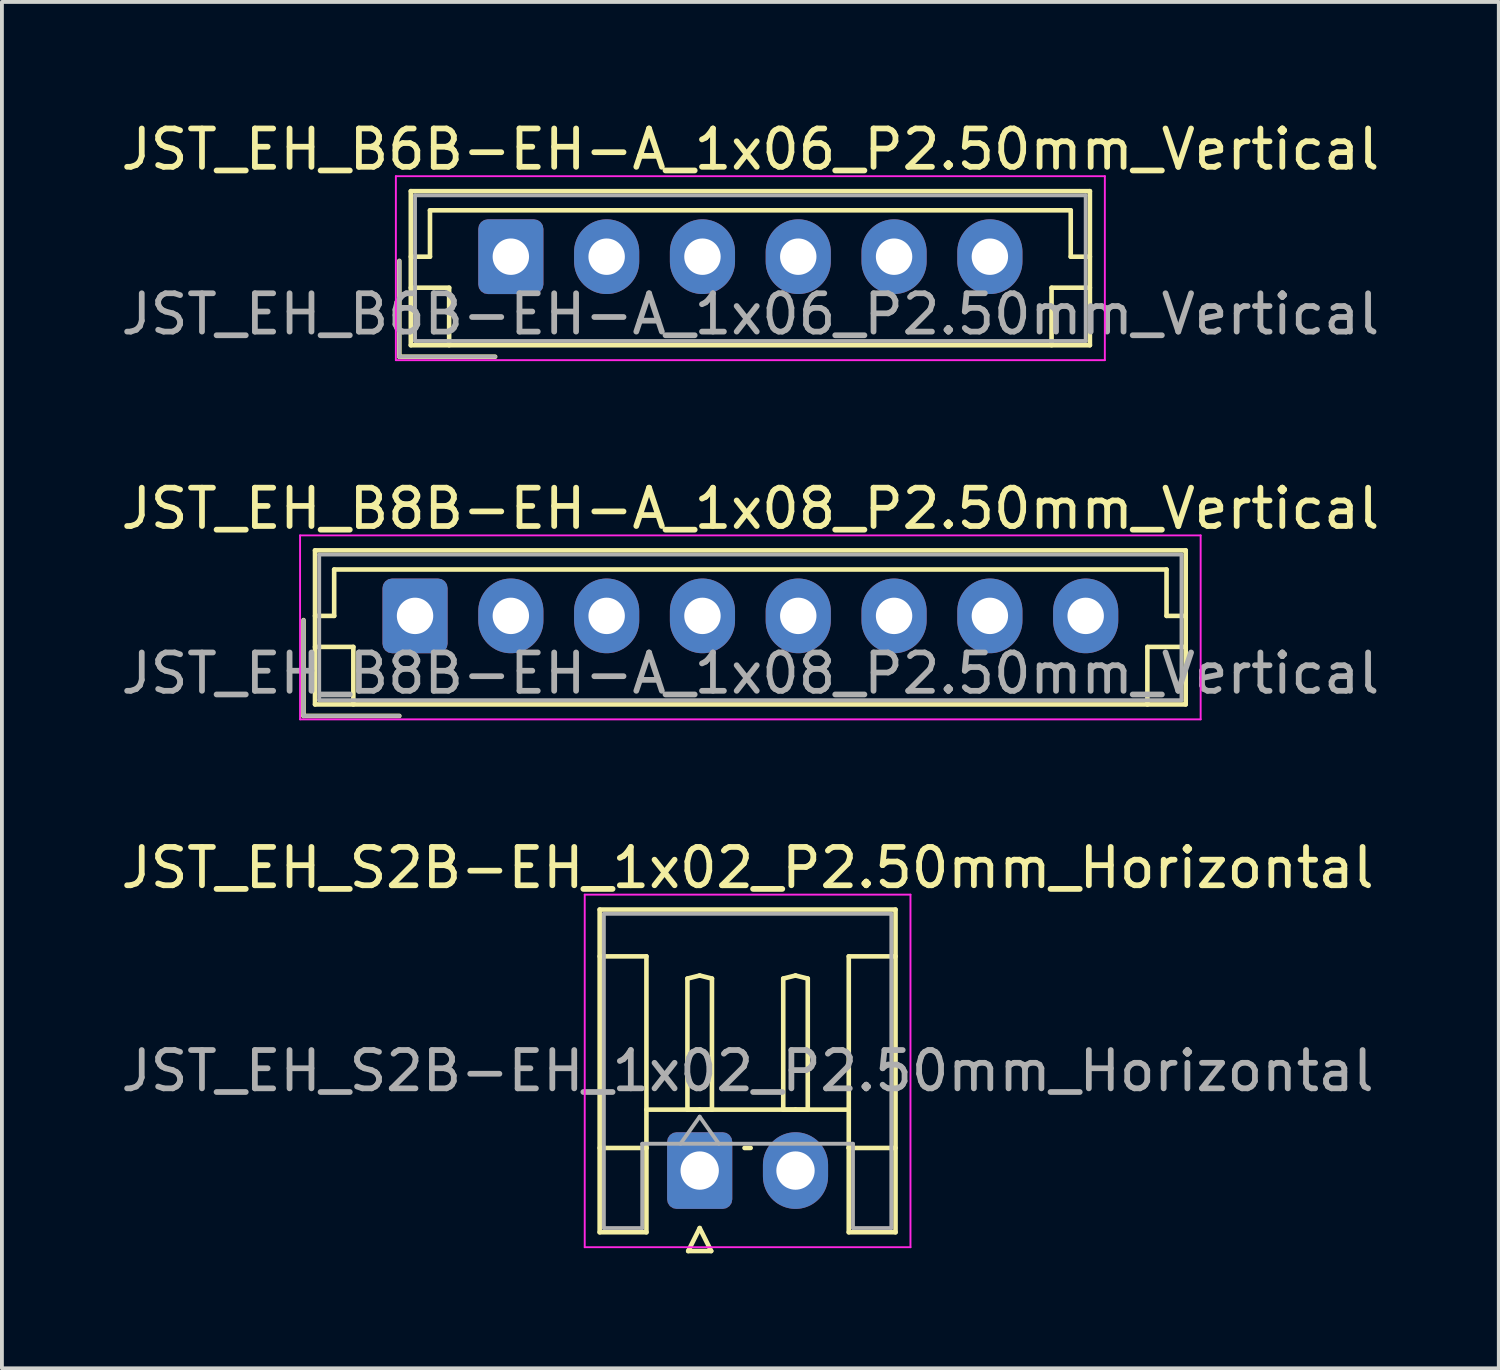
<source format=kicad_pcb>
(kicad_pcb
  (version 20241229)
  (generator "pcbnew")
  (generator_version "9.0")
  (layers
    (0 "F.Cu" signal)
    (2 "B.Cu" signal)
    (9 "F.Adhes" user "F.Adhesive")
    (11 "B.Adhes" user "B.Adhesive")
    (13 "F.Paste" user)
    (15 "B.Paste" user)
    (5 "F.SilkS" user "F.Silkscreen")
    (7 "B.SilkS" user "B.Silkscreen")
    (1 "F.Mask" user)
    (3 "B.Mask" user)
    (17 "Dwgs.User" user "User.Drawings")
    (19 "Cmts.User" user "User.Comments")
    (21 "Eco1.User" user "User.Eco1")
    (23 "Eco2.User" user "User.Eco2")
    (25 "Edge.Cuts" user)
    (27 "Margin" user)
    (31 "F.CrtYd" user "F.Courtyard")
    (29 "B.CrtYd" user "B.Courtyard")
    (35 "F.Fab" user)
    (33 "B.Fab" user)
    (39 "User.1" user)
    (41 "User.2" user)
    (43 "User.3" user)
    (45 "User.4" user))
  (footprint "JST_EH_B6B-EH-A_1x06_P2.50mm_Vertical"
    (layer "F.Cu")
    (at 10.28 3.648)
    (property "Reference" "JST_EH_B6B-EH-A_1x06_P2.50mm_Vertical" (at 6.25 -2.8 0) (layer "F.SilkS") (effects (font (size 1 1) (thickness 0.15))))
    (attr through_hole)
    (fp_line (start -2.91 0.11) (end -2.91 2.61) (stroke (width 0.12) (type solid)) (layer "F.SilkS"))
    (fp_line (start -2.91 2.61) (end -0.41 2.61) (stroke (width 0.12) (type solid)) (layer "F.SilkS"))
    (fp_line (start -2.61 -1.71) (end -2.61 2.31) (stroke (width 0.12) (type solid)) (layer "F.SilkS"))
    (fp_line (start -2.61 0) (end -2.11 0) (stroke (width 0.12) (type solid)) (layer "F.SilkS"))
    (fp_line (start -2.61 0.81) (end -1.61 0.81) (stroke (width 0.12) (type solid)) (layer "F.SilkS"))
    (fp_line (start -2.61 2.31) (end 15.11 2.31) (stroke (width 0.12) (type solid)) (layer "F.SilkS"))
    (fp_line (start -2.11 -1.21) (end 14.61 -1.21) (stroke (width 0.12) (type solid)) (layer "F.SilkS"))
    (fp_line (start -2.11 0) (end -2.11 -1.21) (stroke (width 0.12) (type solid)) (layer "F.SilkS"))
    (fp_line (start -1.61 0.81) (end -1.61 2.31) (stroke (width 0.12) (type solid)) (layer "F.SilkS"))
    (fp_line (start 14.11 0.81) (end 14.11 2.31) (stroke (width 0.12) (type solid)) (layer "F.SilkS"))
    (fp_line (start 14.61 -1.21) (end 14.61 0) (stroke (width 0.12) (type solid)) (layer "F.SilkS"))
    (fp_line (start 14.61 0) (end 15.11 0) (stroke (width 0.12) (type solid)) (layer "F.SilkS"))
    (fp_line (start 15.11 -1.71) (end -2.61 -1.71) (stroke (width 0.12) (type solid)) (layer "F.SilkS"))
    (fp_line (start 15.11 0.81) (end 14.11 0.81) (stroke (width 0.12) (type solid)) (layer "F.SilkS"))
    (fp_line (start 15.11 2.31) (end 15.11 -1.71) (stroke (width 0.12) (type solid)) (layer "F.SilkS"))
    (fp_line (start -3 -2.1) (end -3 2.7) (stroke (width 0.05) (type solid)) (layer "F.CrtYd"))
    (fp_line (start -3 2.7) (end 15.5 2.7) (stroke (width 0.05) (type solid)) (layer "F.CrtYd"))
    (fp_line (start 15.5 -2.1) (end -3 -2.1) (stroke (width 0.05) (type solid)) (layer "F.CrtYd"))
    (fp_line (start 15.5 2.7) (end 15.5 -2.1) (stroke (width 0.05) (type solid)) (layer "F.CrtYd"))
    (fp_line (start -2.91 0.11) (end -2.91 2.61) (stroke (width 0.1) (type solid)) (layer "F.Fab"))
    (fp_line (start -2.91 2.61) (end -0.41 2.61) (stroke (width 0.1) (type solid)) (layer "F.Fab"))
    (fp_line (start -2.5 -1.6) (end -2.5 2.2) (stroke (width 0.1) (type solid)) (layer "F.Fab"))
    (fp_line (start -2.5 2.2) (end 15 2.2) (stroke (width 0.1) (type solid)) (layer "F.Fab"))
    (fp_line (start 15 -1.6) (end -2.5 -1.6) (stroke (width 0.1) (type solid)) (layer "F.Fab"))
    (fp_line (start 15 2.2) (end 15 -1.6) (stroke (width 0.1) (type solid)) (layer "F.Fab"))
    (fp_text user "${REFERENCE}" (at 6.25 1.5 0) (layer "F.Fab") (effects (font (size 1 1) (thickness 0.15))))
    (pad "1" thru_hole roundrect (at 0 0) (size 1.7 1.95) (drill 0.95) (layers "*.Cu" "*.Mask") (roundrect_rratio 0.147))
    (pad "2" thru_hole oval (at 2.5 0) (size 1.7 1.95) (drill 0.95) (layers "*.Cu" "*.Mask"))
    (pad "3" thru_hole oval (at 5 0) (size 1.7 1.95) (drill 0.95) (layers "*.Cu" "*.Mask"))
    (pad "4" thru_hole oval (at 7.5 0) (size 1.7 1.95) (drill 0.95) (layers "*.Cu" "*.Mask"))
    (pad "5" thru_hole oval (at 10 0) (size 1.7 1.95) (drill 0.95) (layers "*.Cu" "*.Mask"))
    (pad "6" thru_hole oval (at 12.5 0) (size 1.7 1.95) (drill 0.95) (layers "*.Cu" "*.Mask")))
  (footprint "JST_EH_S2B-EH_1x02_P2.50mm_Horizontal"
    (layer "F.Cu")
    (at 15.208 27.495)
    (property "Reference" "JST_EH_S2B-EH_1x02_P2.50mm_Horizontal" (at 1.25 -7.9 0) (layer "F.SilkS") (effects (font (size 1 1) (thickness 0.15))))
    (attr through_hole)
    (fp_line (start -2.61 -6.81) (end 5.11 -6.81) (stroke (width 0.12) (type solid)) (layer "F.SilkS"))
    (fp_line (start -2.61 -5.59) (end -1.39 -5.59) (stroke (width 0.12) (type solid)) (layer "F.SilkS"))
    (fp_line (start -2.61 1.61) (end -2.61 -6.81) (stroke (width 0.12) (type solid)) (layer "F.SilkS"))
    (fp_line (start -1.39 -5.59) (end -1.39 -0.59) (stroke (width 0.12) (type solid)) (layer "F.SilkS"))
    (fp_line (start -1.39 -1.59) (end 3.89 -1.59) (stroke (width 0.12) (type solid)) (layer "F.SilkS"))
    (fp_line (start -1.39 -0.59) (end -2.61 -0.59) (stroke (width 0.12) (type solid)) (layer "F.SilkS"))
    (fp_line (start -1.39 -0.59) (end -1.39 1.61) (stroke (width 0.12) (type solid)) (layer "F.SilkS"))
    (fp_line (start -1.39 1.61) (end -2.61 1.61) (stroke (width 0.12) (type solid)) (layer "F.SilkS"))
    (fp_line (start -0.32 -5.01) (end 0 -5.09) (stroke (width 0.12) (type solid)) (layer "F.SilkS"))
    (fp_line (start -0.32 -1.59) (end -0.32 -5.01) (stroke (width 0.12) (type solid)) (layer "F.SilkS"))
    (fp_line (start -0.3 2.1) (end 0.3 2.1) (stroke (width 0.12) (type solid)) (layer "F.SilkS"))
    (fp_line (start 0 -5.09) (end 0.32 -5.01) (stroke (width 0.12) (type solid)) (layer "F.SilkS"))
    (fp_line (start 0 -1.59) (end -0.32 -1.59) (stroke (width 0.12) (type solid)) (layer "F.SilkS"))
    (fp_line (start 0 1.5) (end -0.3 2.1) (stroke (width 0.12) (type solid)) (layer "F.SilkS"))
    (fp_line (start 0.3 2.1) (end 0 1.5) (stroke (width 0.12) (type solid)) (layer "F.SilkS"))
    (fp_line (start 0.32 -5.01) (end 0.32 -1.59) (stroke (width 0.12) (type solid)) (layer "F.SilkS"))
    (fp_line (start 0.32 -1.59) (end 0 -1.59) (stroke (width 0.12) (type solid)) (layer "F.SilkS"))
    (fp_line (start 1.17 -0.59) (end 1.33 -0.59) (stroke (width 0.12) (type solid)) (layer "F.SilkS"))
    (fp_line (start 2.18 -5.01) (end 2.5 -5.09) (stroke (width 0.12) (type solid)) (layer "F.SilkS"))
    (fp_line (start 2.18 -1.59) (end 2.18 -5.01) (stroke (width 0.12) (type solid)) (layer "F.SilkS"))
    (fp_line (start 2.5 -5.09) (end 2.82 -5.01) (stroke (width 0.12) (type solid)) (layer "F.SilkS"))
    (fp_line (start 2.5 -1.59) (end 2.18 -1.59) (stroke (width 0.12) (type solid)) (layer "F.SilkS"))
    (fp_line (start 2.82 -5.01) (end 2.82 -1.59) (stroke (width 0.12) (type solid)) (layer "F.SilkS"))
    (fp_line (start 2.82 -1.59) (end 2.5 -1.59) (stroke (width 0.12) (type solid)) (layer "F.SilkS"))
    (fp_line (start 3.89 -5.59) (end 3.89 -0.59) (stroke (width 0.12) (type solid)) (layer "F.SilkS"))
    (fp_line (start 3.89 -0.59) (end 5.11 -0.59) (stroke (width 0.12) (type solid)) (layer "F.SilkS"))
    (fp_line (start 3.89 1.61) (end 3.89 -0.59) (stroke (width 0.12) (type solid)) (layer "F.SilkS"))
    (fp_line (start 5.11 -6.81) (end 5.11 1.61) (stroke (width 0.12) (type solid)) (layer "F.SilkS"))
    (fp_line (start 5.11 -5.59) (end 3.89 -5.59) (stroke (width 0.12) (type solid)) (layer "F.SilkS"))
    (fp_line (start 5.11 1.61) (end 3.89 1.61) (stroke (width 0.12) (type solid)) (layer "F.SilkS"))
    (fp_line (start -3 -7.2) (end -3 2) (stroke (width 0.05) (type solid)) (layer "F.CrtYd"))
    (fp_line (start -3 2) (end 5.5 2) (stroke (width 0.05) (type solid)) (layer "F.CrtYd"))
    (fp_line (start 5.5 -7.2) (end -3 -7.2) (stroke (width 0.05) (type solid)) (layer "F.CrtYd"))
    (fp_line (start 5.5 2) (end 5.5 -7.2) (stroke (width 0.05) (type solid)) (layer "F.CrtYd"))
    (fp_line (start -2.5 -6.7) (end 5 -6.7) (stroke (width 0.1) (type solid)) (layer "F.Fab"))
    (fp_line (start -2.5 1.5) (end -2.5 -6.7) (stroke (width 0.1) (type solid)) (layer "F.Fab"))
    (fp_line (start -1.5 -0.7) (end -1.5 1.5) (stroke (width 0.1) (type solid)) (layer "F.Fab"))
    (fp_line (start -1.5 1.5) (end -2.5 1.5) (stroke (width 0.1) (type solid)) (layer "F.Fab"))
    (fp_line (start -0.5 -0.7) (end 0 -1.407) (stroke (width 0.1) (type solid)) (layer "F.Fab"))
    (fp_line (start 0 -1.407) (end 0.5 -0.7) (stroke (width 0.1) (type solid)) (layer "F.Fab"))
    (fp_line (start 4 -0.7) (end -1.5 -0.7) (stroke (width 0.1) (type solid)) (layer "F.Fab"))
    (fp_line (start 4 1.5) (end 4 -0.7) (stroke (width 0.1) (type solid)) (layer "F.Fab"))
    (fp_line (start 5 -6.7) (end 5 1.5) (stroke (width 0.1) (type solid)) (layer "F.Fab"))
    (fp_line (start 5 1.5) (end 4 1.5) (stroke (width 0.1) (type solid)) (layer "F.Fab"))
    (fp_text user "${REFERENCE}" (at 1.25 -2.6 0) (layer "F.Fab") (effects (font (size 1 1) (thickness 0.15))))
    (pad "1" thru_hole roundrect (at 0 0) (size 1.7 2) (drill 1) (layers "*.Cu" "*.Mask") (roundrect_rratio 0.147))
    (pad "2" thru_hole oval (at 2.5 0) (size 1.7 2) (drill 1) (layers "*.Cu" "*.Mask")))
  (footprint "JST_EH_B8B-EH-A_1x08_P2.50mm_Vertical"
    (layer "F.Cu")
    (at 7.78 13.021)
    (property "Reference" "JST_EH_B8B-EH-A_1x08_P2.50mm_Vertical" (at 8.75 -2.8 0) (layer "F.SilkS") (effects (font (size 1 1) (thickness 0.15))))
    (attr through_hole)
    (fp_line (start -2.91 0.11) (end -2.91 2.61) (stroke (width 0.12) (type solid)) (layer "F.SilkS"))
    (fp_line (start -2.91 2.61) (end -0.41 2.61) (stroke (width 0.12) (type solid)) (layer "F.SilkS"))
    (fp_line (start -2.61 -1.71) (end -2.61 2.31) (stroke (width 0.12) (type solid)) (layer "F.SilkS"))
    (fp_line (start -2.61 0) (end -2.11 0) (stroke (width 0.12) (type solid)) (layer "F.SilkS"))
    (fp_line (start -2.61 0.81) (end -1.61 0.81) (stroke (width 0.12) (type solid)) (layer "F.SilkS"))
    (fp_line (start -2.61 2.31) (end 20.11 2.31) (stroke (width 0.12) (type solid)) (layer "F.SilkS"))
    (fp_line (start -2.11 -1.21) (end 19.61 -1.21) (stroke (width 0.12) (type solid)) (layer "F.SilkS"))
    (fp_line (start -2.11 0) (end -2.11 -1.21) (stroke (width 0.12) (type solid)) (layer "F.SilkS"))
    (fp_line (start -1.61 0.81) (end -1.61 2.31) (stroke (width 0.12) (type solid)) (layer "F.SilkS"))
    (fp_line (start 19.11 0.81) (end 19.11 2.31) (stroke (width 0.12) (type solid)) (layer "F.SilkS"))
    (fp_line (start 19.61 -1.21) (end 19.61 0) (stroke (width 0.12) (type solid)) (layer "F.SilkS"))
    (fp_line (start 19.61 0) (end 20.11 0) (stroke (width 0.12) (type solid)) (layer "F.SilkS"))
    (fp_line (start 20.11 -1.71) (end -2.61 -1.71) (stroke (width 0.12) (type solid)) (layer "F.SilkS"))
    (fp_line (start 20.11 0.81) (end 19.11 0.81) (stroke (width 0.12) (type solid)) (layer "F.SilkS"))
    (fp_line (start 20.11 2.31) (end 20.11 -1.71) (stroke (width 0.12) (type solid)) (layer "F.SilkS"))
    (fp_line (start -3 -2.1) (end -3 2.7) (stroke (width 0.05) (type solid)) (layer "F.CrtYd"))
    (fp_line (start -3 2.7) (end 20.5 2.7) (stroke (width 0.05) (type solid)) (layer "F.CrtYd"))
    (fp_line (start 20.5 -2.1) (end -3 -2.1) (stroke (width 0.05) (type solid)) (layer "F.CrtYd"))
    (fp_line (start 20.5 2.7) (end 20.5 -2.1) (stroke (width 0.05) (type solid)) (layer "F.CrtYd"))
    (fp_line (start -2.91 0.11) (end -2.91 2.61) (stroke (width 0.1) (type solid)) (layer "F.Fab"))
    (fp_line (start -2.91 2.61) (end -0.41 2.61) (stroke (width 0.1) (type solid)) (layer "F.Fab"))
    (fp_line (start -2.5 -1.6) (end -2.5 2.2) (stroke (width 0.1) (type solid)) (layer "F.Fab"))
    (fp_line (start -2.5 2.2) (end 20 2.2) (stroke (width 0.1) (type solid)) (layer "F.Fab"))
    (fp_line (start 20 -1.6) (end -2.5 -1.6) (stroke (width 0.1) (type solid)) (layer "F.Fab"))
    (fp_line (start 20 2.2) (end 20 -1.6) (stroke (width 0.1) (type solid)) (layer "F.Fab"))
    (fp_text user "${REFERENCE}" (at 8.75 1.5 0) (layer "F.Fab") (effects (font (size 1 1) (thickness 0.15))))
    (pad "1" thru_hole roundrect (at 0 0) (size 1.7 1.95) (drill 0.95) (layers "*.Cu" "*.Mask") (roundrect_rratio 0.147))
    (pad "2" thru_hole oval (at 2.5 0) (size 1.7 1.95) (drill 0.95) (layers "*.Cu" "*.Mask"))
    (pad "3" thru_hole oval (at 5 0) (size 1.7 1.95) (drill 0.95) (layers "*.Cu" "*.Mask"))
    (pad "4" thru_hole oval (at 7.5 0) (size 1.7 1.95) (drill 0.95) (layers "*.Cu" "*.Mask"))
    (pad "5" thru_hole oval (at 10 0) (size 1.7 1.95) (drill 0.95) (layers "*.Cu" "*.Mask"))
    (pad "6" thru_hole oval (at 12.5 0) (size 1.7 1.95) (drill 0.95) (layers "*.Cu" "*.Mask"))
    (pad "7" thru_hole oval (at 15 0) (size 1.7 1.95) (drill 0.95) (layers "*.Cu" "*.Mask"))
    (pad "8" thru_hole oval (at 17.5 0) (size 1.7 1.95) (drill 0.95) (layers "*.Cu" "*.Mask")))
  (gr_rect
    (start -3 -3)
    (end 36.06 32.655)
    (stroke (width 0.1) (type default))
    (fill no)
    (layer "Edge.Cuts")))
</source>
